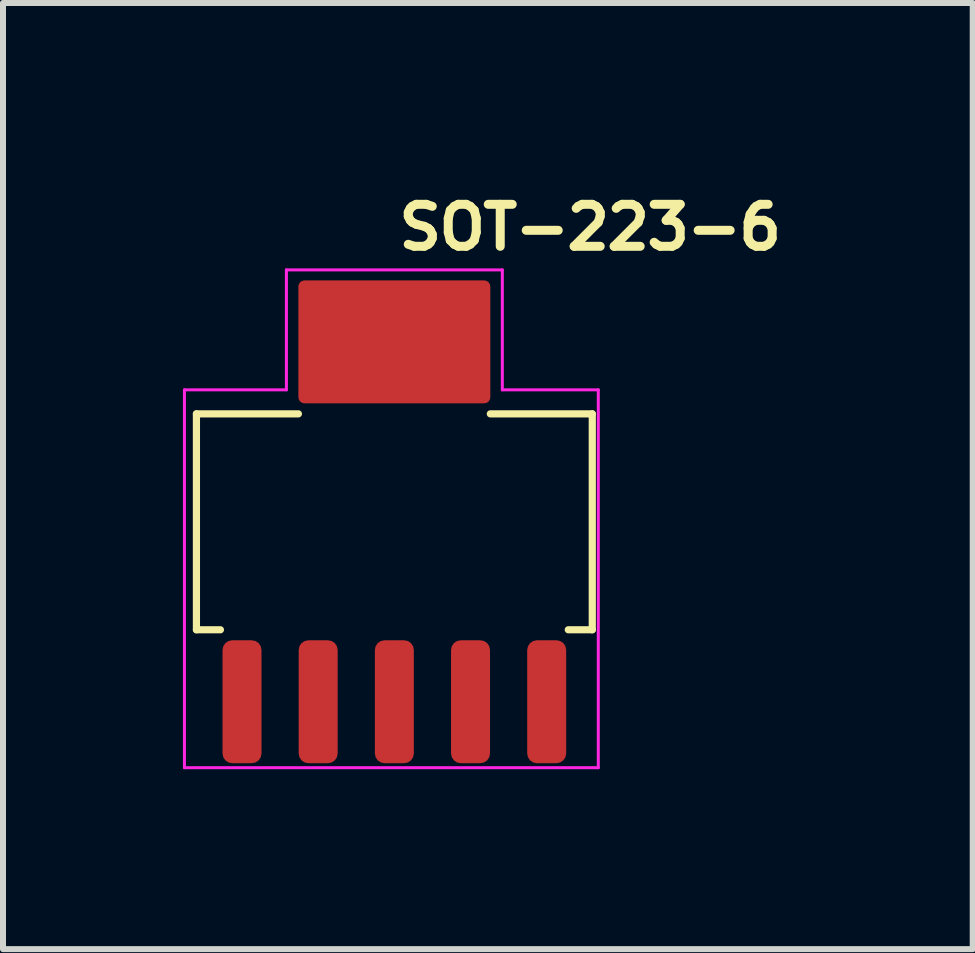
<source format=kicad_pcb>
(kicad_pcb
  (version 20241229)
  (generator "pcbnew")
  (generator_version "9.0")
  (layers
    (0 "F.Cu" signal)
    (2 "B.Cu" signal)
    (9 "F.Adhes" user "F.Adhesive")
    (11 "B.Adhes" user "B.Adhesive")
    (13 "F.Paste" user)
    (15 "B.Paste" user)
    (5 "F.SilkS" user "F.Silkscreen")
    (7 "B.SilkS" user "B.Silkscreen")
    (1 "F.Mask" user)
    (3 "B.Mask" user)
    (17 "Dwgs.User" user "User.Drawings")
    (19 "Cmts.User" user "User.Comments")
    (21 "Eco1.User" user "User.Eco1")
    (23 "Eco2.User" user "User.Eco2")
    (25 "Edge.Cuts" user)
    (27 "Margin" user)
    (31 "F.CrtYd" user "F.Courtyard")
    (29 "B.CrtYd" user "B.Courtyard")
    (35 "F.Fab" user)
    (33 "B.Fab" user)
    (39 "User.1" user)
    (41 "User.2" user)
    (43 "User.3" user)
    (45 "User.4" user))
  (footprint "SOT-223-6"
    (layer "F.Cu")
    (at 3.525 5.65)
    (property "Reference" "SOT-223-6" (at 0 -4.5 0) (layer "F.SilkS") (effects (font (size 0.7 0.7) (thickness 0.15)) (justify left bottom)))
    (attr smd)
    (fp_line (start -3.3 -1.8) (end -3.3 1.8) (stroke (width 0.12) (type default)) (layer "F.SilkS"))
    (fp_line (start -3.3 -1.8) (end -1.6 -1.8) (stroke (width 0.12) (type default)) (layer "F.SilkS"))
    (fp_line (start -3.3 1.8) (end -2.9 1.8) (stroke (width 0.12) (type default)) (layer "F.SilkS"))
    (fp_line (start 1.6 -1.8) (end 3.3 -1.8) (stroke (width 0.12) (type default)) (layer "F.SilkS"))
    (fp_line (start 3.3 -1.8) (end 3.3 1.8) (stroke (width 0.12) (type default)) (layer "F.SilkS"))
    (fp_line (start 3.3 1.8) (end 2.9 1.8) (stroke (width 0.12) (type default)) (layer "F.SilkS"))
    (fp_line (start -3.5 -2.2) (end -3.5 4.1) (stroke (width 0.05) (type solid)) (layer "F.CrtYd"))
    (fp_line (start -3.5 4.1) (end 3.4 4.1) (stroke (width 0.05) (type solid)) (layer "F.CrtYd"))
    (fp_line (start -1.8 -4.2) (end -1.8 -2.2) (stroke (width 0.05) (type solid)) (layer "F.CrtYd"))
    (fp_line (start -1.8 -2.2) (end -3.5 -2.2) (stroke (width 0.05) (type solid)) (layer "F.CrtYd"))
    (fp_line (start 1.8 -4.2) (end -1.8 -4.2) (stroke (width 0.05) (type solid)) (layer "F.CrtYd"))
    (fp_line (start 1.8 -2.2) (end 1.8 -4.2) (stroke (width 0.05) (type solid)) (layer "F.CrtYd"))
    (fp_line (start 3.4 -2.2) (end 1.8 -2.2) (stroke (width 0.05) (type solid)) (layer "F.CrtYd"))
    (fp_line (start 3.4 4.1) (end 3.4 -2.2) (stroke (width 0.05) (type solid)) (layer "F.CrtYd"))
    (fp_rect (start -3.25 -3.554) (end 3.25 3.554) (stroke (width 0.1) (type solid)) (fill no) (layer "User.5"))
    (fp_line (start -3.25 -1.75) (end -3.172 -1.672) (stroke (width 0.02) (type solid)) (layer "User.9"))
    (fp_line (start -3.25 -1.75) (end 3.25 -1.75) (stroke (width 0.02) (type solid)) (layer "User.9"))
    (fp_line (start -3.25 1.75) (end -3.25 -1.75) (stroke (width 0.02) (type solid)) (layer "User.9"))
    (fp_line (start -3.25 1.75) (end -3.172 1.672) (stroke (width 0.02) (type solid)) (layer "User.9"))
    (fp_line (start -3.25 1.75) (end 3.25 1.75) (stroke (width 0.02) (type solid)) (layer "User.9"))
    (fp_line (start -3.172 -1.672) (end -3.172 1.672) (stroke (width 0.02) (type solid)) (layer "User.9"))
    (fp_line (start -3.172 1.672) (end 3.172 1.672) (stroke (width 0.02) (type solid)) (layer "User.9"))
    (fp_line (start -2.77 1.75) (end -2.77 2.28) (stroke (width 0.02) (type solid)) (layer "User.9"))
    (fp_line (start -2.77 1.75) (end -2.31 1.75) (stroke (width 0.02) (type solid)) (layer "User.9"))
    (fp_line (start -2.77 2.28) (end -2.31 2.28) (stroke (width 0.02) (type solid)) (layer "User.9"))
    (fp_line (start -2.77 2.312) (end -2.77 2.28) (stroke (width 0.02) (type solid)) (layer "User.9"))
    (fp_line (start -2.77 2.344) (end -2.77 2.312) (stroke (width 0.02) (type solid)) (layer "User.9"))
    (fp_line (start -2.77 2.376) (end -2.77 2.344) (stroke (width 0.02) (type solid)) (layer "User.9"))
    (fp_line (start -2.77 2.407) (end -2.77 2.376) (stroke (width 0.02) (type solid)) (layer "User.9"))
    (fp_line (start -2.77 2.437) (end -2.77 2.407) (stroke (width 0.02) (type solid)) (layer "User.9"))
    (fp_line (start -2.77 2.466) (end -2.77 2.437) (stroke (width 0.02) (type solid)) (layer "User.9"))
    (fp_line (start -2.77 2.495) (end -2.77 2.466) (stroke (width 0.02) (type solid)) (layer "User.9"))
    (fp_line (start -2.77 2.522) (end -2.77 2.495) (stroke (width 0.02) (type solid)) (layer "User.9"))
    (fp_line (start -2.77 2.548) (end -2.77 2.522) (stroke (width 0.02) (type solid)) (layer "User.9"))
    (fp_line (start -2.77 2.572) (end -2.77 2.548) (stroke (width 0.02) (type solid)) (layer "User.9"))
    (fp_line (start -2.77 2.595) (end -2.77 2.572) (stroke (width 0.02) (type solid)) (layer "User.9"))
    (fp_line (start -2.77 2.616) (end -2.77 2.595) (stroke (width 0.02) (type solid)) (layer "User.9"))
    (fp_line (start -2.77 2.635) (end -2.77 2.616) (stroke (width 0.02) (type solid)) (layer "User.9"))
    (fp_line (start -2.77 2.652) (end -2.77 2.635) (stroke (width 0.02) (type solid)) (layer "User.9"))
    (fp_line (start -2.77 2.652) (end -2.31 2.652) (stroke (width 0.02) (type solid)) (layer "User.9"))
    (fp_line (start -2.77 2.733) (end -2.77 2.652) (stroke (width 0.02) (type solid)) (layer "User.9"))
    (fp_line (start -2.77 2.733) (end -2.31 2.733) (stroke (width 0.02) (type solid)) (layer "User.9"))
    (fp_line (start -2.77 2.738) (end -2.77 2.733) (stroke (width 0.02) (type solid)) (layer "User.9"))
    (fp_line (start -2.77 2.745) (end -2.77 2.738) (stroke (width 0.02) (type solid)) (layer "User.9"))
    (fp_line (start -2.77 2.751) (end -2.77 2.745) (stroke (width 0.02) (type solid)) (layer "User.9"))
    (fp_line (start -2.77 2.758) (end -2.77 2.751) (stroke (width 0.02) (type solid)) (layer "User.9"))
    (fp_line (start -2.77 2.766) (end -2.77 2.758) (stroke (width 0.02) (type solid)) (layer "User.9"))
    (fp_line (start -2.77 2.774) (end -2.77 2.766) (stroke (width 0.02) (type solid)) (layer "User.9"))
    (fp_line (start -2.77 2.782) (end -2.77 2.774) (stroke (width 0.02) (type solid)) (layer "User.9"))
    (fp_line (start -2.77 2.791) (end -2.77 2.782) (stroke (width 0.02) (type solid)) (layer "User.9"))
    (fp_line (start -2.77 2.8) (end -2.77 2.791) (stroke (width 0.02) (type solid)) (layer "User.9"))
    (fp_line (start -2.77 2.81) (end -2.77 2.8) (stroke (width 0.02) (type solid)) (layer "User.9"))
    (fp_line (start -2.77 2.82) (end -2.77 2.81) (stroke (width 0.02) (type solid)) (layer "User.9"))
    (fp_line (start -2.77 2.83) (end -2.77 2.82) (stroke (width 0.02) (type solid)) (layer "User.9"))
    (fp_line (start -2.77 2.84) (end -2.77 2.83) (stroke (width 0.02) (type solid)) (layer "User.9"))
    (fp_line (start -2.77 2.85) (end -2.77 2.84) (stroke (width 0.02) (type solid)) (layer "User.9"))
    (fp_line (start -2.77 2.85) (end -2.77 3.554) (stroke (width 0.02) (type solid)) (layer "User.9"))
    (fp_line (start -2.77 2.85) (end -2.31 2.85) (stroke (width 0.02) (type solid)) (layer "User.9"))
    (fp_line (start -2.77 3.554) (end -2.31 3.554) (stroke (width 0.02) (type solid)) (layer "User.9"))
    (fp_line (start -2.31 1.75) (end -2.31 2.28) (stroke (width 0.02) (type solid)) (layer "User.9"))
    (fp_line (start -2.31 2.312) (end -2.31 2.28) (stroke (width 0.02) (type solid)) (layer "User.9"))
    (fp_line (start -2.31 2.344) (end -2.31 2.312) (stroke (width 0.02) (type solid)) (layer "User.9"))
    (fp_line (start -2.31 2.376) (end -2.31 2.344) (stroke (width 0.02) (type solid)) (layer "User.9"))
    (fp_line (start -2.31 2.407) (end -2.31 2.376) (stroke (width 0.02) (type solid)) (layer "User.9"))
    (fp_line (start -2.31 2.437) (end -2.31 2.407) (stroke (width 0.02) (type solid)) (layer "User.9"))
    (fp_line (start -2.31 2.466) (end -2.31 2.437) (stroke (width 0.02) (type solid)) (layer "User.9"))
    (fp_line (start -2.31 2.495) (end -2.31 2.466) (stroke (width 0.02) (type solid)) (layer "User.9"))
    (fp_line (start -2.31 2.522) (end -2.31 2.495) (stroke (width 0.02) (type solid)) (layer "User.9"))
    (fp_line (start -2.31 2.548) (end -2.31 2.522) (stroke (width 0.02) (type solid)) (layer "User.9"))
    (fp_line (start -2.31 2.572) (end -2.31 2.548) (stroke (width 0.02) (type solid)) (layer "User.9"))
    (fp_line (start -2.31 2.595) (end -2.31 2.572) (stroke (width 0.02) (type solid)) (layer "User.9"))
    (fp_line (start -2.31 2.616) (end -2.31 2.595) (stroke (width 0.02) (type solid)) (layer "User.9"))
    (fp_line (start -2.31 2.635) (end -2.31 2.616) (stroke (width 0.02) (type solid)) (layer "User.9"))
    (fp_line (start -2.31 2.652) (end -2.31 2.635) (stroke (width 0.02) (type solid)) (layer "User.9"))
    (fp_line (start -2.31 2.652) (end -2.31 2.733) (stroke (width 0.02) (type solid)) (layer "User.9"))
    (fp_line (start -2.31 2.738) (end -2.31 2.733) (stroke (width 0.02) (type solid)) (layer "User.9"))
    (fp_line (start -2.31 2.745) (end -2.31 2.738) (stroke (width 0.02) (type solid)) (layer "User.9"))
    (fp_line (start -2.31 2.751) (end -2.31 2.745) (stroke (width 0.02) (type solid)) (layer "User.9"))
    (fp_line (start -2.31 2.758) (end -2.31 2.751) (stroke (width 0.02) (type solid)) (layer "User.9"))
    (fp_line (start -2.31 2.766) (end -2.31 2.758) (stroke (width 0.02) (type solid)) (layer "User.9"))
    (fp_line (start -2.31 2.774) (end -2.31 2.766) (stroke (width 0.02) (type solid)) (layer "User.9"))
    (fp_line (start -2.31 2.782) (end -2.31 2.774) (stroke (width 0.02) (type solid)) (layer "User.9"))
    (fp_line (start -2.31 2.791) (end -2.31 2.782) (stroke (width 0.02) (type solid)) (layer "User.9"))
    (fp_line (start -2.31 2.8) (end -2.31 2.791) (stroke (width 0.02) (type solid)) (layer "User.9"))
    (fp_line (start -2.31 2.81) (end -2.31 2.8) (stroke (width 0.02) (type solid)) (layer "User.9"))
    (fp_line (start -2.31 2.82) (end -2.31 2.81) (stroke (width 0.02) (type solid)) (layer "User.9"))
    (fp_line (start -2.31 2.83) (end -2.31 2.82) (stroke (width 0.02) (type solid)) (layer "User.9"))
    (fp_line (start -2.31 2.84) (end -2.31 2.83) (stroke (width 0.02) (type solid)) (layer "User.9"))
    (fp_line (start -2.31 2.85) (end -2.31 2.84) (stroke (width 0.02) (type solid)) (layer "User.9"))
    (fp_line (start -2.31 2.85) (end -2.31 3.554) (stroke (width 0.02) (type solid)) (layer "User.9"))
    (fp_line (start -1.5 -2.85) (end -1.5 -3.554) (stroke (width 0.02) (type solid)) (layer "User.9"))
    (fp_line (start -1.5 -2.85) (end -1.5 -2.84) (stroke (width 0.02) (type solid)) (layer "User.9"))
    (fp_line (start -1.5 -2.84) (end -1.5 -2.83) (stroke (width 0.02) (type solid)) (layer "User.9"))
    (fp_line (start -1.5 -2.83) (end -1.5 -2.82) (stroke (width 0.02) (type solid)) (layer "User.9"))
    (fp_line (start -1.5 -2.82) (end -1.5 -2.81) (stroke (width 0.02) (type solid)) (layer "User.9"))
    (fp_line (start -1.5 -2.81) (end -1.5 -2.8) (stroke (width 0.02) (type solid)) (layer "User.9"))
    (fp_line (start -1.5 -2.8) (end -1.5 -2.791) (stroke (width 0.02) (type solid)) (layer "User.9"))
    (fp_line (start -1.5 -2.791) (end -1.5 -2.782) (stroke (width 0.02) (type solid)) (layer "User.9"))
    (fp_line (start -1.5 -2.782) (end -1.5 -2.774) (stroke (width 0.02) (type solid)) (layer "User.9"))
    (fp_line (start -1.5 -2.774) (end -1.5 -2.766) (stroke (width 0.02) (type solid)) (layer "User.9"))
    (fp_line (start -1.5 -2.766) (end -1.5 -2.758) (stroke (width 0.02) (type solid)) (layer "User.9"))
    (fp_line (start -1.5 -2.758) (end -1.5 -2.751) (stroke (width 0.02) (type solid)) (layer "User.9"))
    (fp_line (start -1.5 -2.751) (end -1.5 -2.745) (stroke (width 0.02) (type solid)) (layer "User.9"))
    (fp_line (start -1.5 -2.745) (end -1.5 -2.738) (stroke (width 0.02) (type solid)) (layer "User.9"))
    (fp_line (start -1.5 -2.738) (end -1.5 -2.733) (stroke (width 0.02) (type solid)) (layer "User.9"))
    (fp_line (start -1.5 -2.652) (end -1.5 -2.733) (stroke (width 0.02) (type solid)) (layer "User.9"))
    (fp_line (start -1.5 -2.652) (end -1.5 -2.635) (stroke (width 0.02) (type solid)) (layer "User.9"))
    (fp_line (start -1.5 -2.635) (end -1.5 -2.616) (stroke (width 0.02) (type solid)) (layer "User.9"))
    (fp_line (start -1.5 -2.616) (end -1.5 -2.595) (stroke (width 0.02) (type solid)) (layer "User.9"))
    (fp_line (start -1.5 -2.595) (end -1.5 -2.572) (stroke (width 0.02) (type solid)) (layer "User.9"))
    (fp_line (start -1.5 -2.572) (end -1.5 -2.548) (stroke (width 0.02) (type solid)) (layer "User.9"))
    (fp_line (start -1.5 -2.548) (end -1.5 -2.522) (stroke (width 0.02) (type solid)) (layer "User.9"))
    (fp_line (start -1.5 -2.522) (end -1.5 -2.495) (stroke (width 0.02) (type solid)) (layer "User.9"))
    (fp_line (start -1.5 -2.495) (end -1.5 -2.466) (stroke (width 0.02) (type solid)) (layer "User.9"))
    (fp_line (start -1.5 -2.466) (end -1.5 -2.437) (stroke (width 0.02) (type solid)) (layer "User.9"))
    (fp_line (start -1.5 -2.437) (end -1.5 -2.407) (stroke (width 0.02) (type solid)) (layer "User.9"))
    (fp_line (start -1.5 -2.407) (end -1.5 -2.376) (stroke (width 0.02) (type solid)) (layer "User.9"))
    (fp_line (start -1.5 -2.376) (end -1.5 -2.344) (stroke (width 0.02) (type solid)) (layer "User.9"))
    (fp_line (start -1.5 -2.344) (end -1.5 -2.312) (stroke (width 0.02) (type solid)) (layer "User.9"))
    (fp_line (start -1.5 -2.312) (end -1.5 -2.28) (stroke (width 0.02) (type solid)) (layer "User.9"))
    (fp_line (start -1.5 -1.75) (end -1.5 -2.28) (stroke (width 0.02) (type solid)) (layer "User.9"))
    (fp_line (start -1.5 1.75) (end -1.5 2.28) (stroke (width 0.02) (type solid)) (layer "User.9"))
    (fp_line (start -1.5 1.75) (end -1.04 1.75) (stroke (width 0.02) (type solid)) (layer "User.9"))
    (fp_line (start -1.5 2.28) (end -1.04 2.28) (stroke (width 0.02) (type solid)) (layer "User.9"))
    (fp_line (start -1.5 2.312) (end -1.5 2.28) (stroke (width 0.02) (type solid)) (layer "User.9"))
    (fp_line (start -1.5 2.344) (end -1.5 2.312) (stroke (width 0.02) (type solid)) (layer "User.9"))
    (fp_line (start -1.5 2.376) (end -1.5 2.344) (stroke (width 0.02) (type solid)) (layer "User.9"))
    (fp_line (start -1.5 2.407) (end -1.5 2.376) (stroke (width 0.02) (type solid)) (layer "User.9"))
    (fp_line (start -1.5 2.437) (end -1.5 2.407) (stroke (width 0.02) (type solid)) (layer "User.9"))
    (fp_line (start -1.5 2.466) (end -1.5 2.437) (stroke (width 0.02) (type solid)) (layer "User.9"))
    (fp_line (start -1.5 2.495) (end -1.5 2.466) (stroke (width 0.02) (type solid)) (layer "User.9"))
    (fp_line (start -1.5 2.522) (end -1.5 2.495) (stroke (width 0.02) (type solid)) (layer "User.9"))
    (fp_line (start -1.5 2.548) (end -1.5 2.522) (stroke (width 0.02) (type solid)) (layer "User.9"))
    (fp_line (start -1.5 2.572) (end -1.5 2.548) (stroke (width 0.02) (type solid)) (layer "User.9"))
    (fp_line (start -1.5 2.595) (end -1.5 2.572) (stroke (width 0.02) (type solid)) (layer "User.9"))
    (fp_line (start -1.5 2.616) (end -1.5 2.595) (stroke (width 0.02) (type solid)) (layer "User.9"))
    (fp_line (start -1.5 2.635) (end -1.5 2.616) (stroke (width 0.02) (type solid)) (layer "User.9"))
    (fp_line (start -1.5 2.652) (end -1.5 2.635) (stroke (width 0.02) (type solid)) (layer "User.9"))
    (fp_line (start -1.5 2.652) (end -1.04 2.652) (stroke (width 0.02) (type solid)) (layer "User.9"))
    (fp_line (start -1.5 2.733) (end -1.5 2.652) (stroke (width 0.02) (type solid)) (layer "User.9"))
    (fp_line (start -1.5 2.733) (end -1.04 2.733) (stroke (width 0.02) (type solid)) (layer "User.9"))
    (fp_line (start -1.5 2.738) (end -1.5 2.733) (stroke (width 0.02) (type solid)) (layer "User.9"))
    (fp_line (start -1.5 2.745) (end -1.5 2.738) (stroke (width 0.02) (type solid)) (layer "User.9"))
    (fp_line (start -1.5 2.751) (end -1.5 2.745) (stroke (width 0.02) (type solid)) (layer "User.9"))
    (fp_line (start -1.5 2.758) (end -1.5 2.751) (stroke (width 0.02) (type solid)) (layer "User.9"))
    (fp_line (start -1.5 2.766) (end -1.5 2.758) (stroke (width 0.02) (type solid)) (layer "User.9"))
    (fp_line (start -1.5 2.774) (end -1.5 2.766) (stroke (width 0.02) (type solid)) (layer "User.9"))
    (fp_line (start -1.5 2.782) (end -1.5 2.774) (stroke (width 0.02) (type solid)) (layer "User.9"))
    (fp_line (start -1.5 2.791) (end -1.5 2.782) (stroke (width 0.02) (type solid)) (layer "User.9"))
    (fp_line (start -1.5 2.8) (end -1.5 2.791) (stroke (width 0.02) (type solid)) (layer "User.9"))
    (fp_line (start -1.5 2.81) (end -1.5 2.8) (stroke (width 0.02) (type solid)) (layer "User.9"))
    (fp_line (start -1.5 2.82) (end -1.5 2.81) (stroke (width 0.02) (type solid)) (layer "User.9"))
    (fp_line (start -1.5 2.83) (end -1.5 2.82) (stroke (width 0.02) (type solid)) (layer "User.9"))
    (fp_line (start -1.5 2.84) (end -1.5 2.83) (stroke (width 0.02) (type solid)) (layer "User.9"))
    (fp_line (start -1.5 2.85) (end -1.5 2.84) (stroke (width 0.02) (type solid)) (layer "User.9"))
    (fp_line (start -1.5 2.85) (end -1.5 3.554) (stroke (width 0.02) (type solid)) (layer "User.9"))
    (fp_line (start -1.5 2.85) (end -1.04 2.85) (stroke (width 0.02) (type solid)) (layer "User.9"))
    (fp_line (start -1.5 3.554) (end -1.04 3.554) (stroke (width 0.02) (type solid)) (layer "User.9"))
    (fp_line (start -1.04 1.75) (end -1.04 2.28) (stroke (width 0.02) (type solid)) (layer "User.9"))
    (fp_line (start -1.04 2.312) (end -1.04 2.28) (stroke (width 0.02) (type solid)) (layer "User.9"))
    (fp_line (start -1.04 2.344) (end -1.04 2.312) (stroke (width 0.02) (type solid)) (layer "User.9"))
    (fp_line (start -1.04 2.376) (end -1.04 2.344) (stroke (width 0.02) (type solid)) (layer "User.9"))
    (fp_line (start -1.04 2.407) (end -1.04 2.376) (stroke (width 0.02) (type solid)) (layer "User.9"))
    (fp_line (start -1.04 2.437) (end -1.04 2.407) (stroke (width 0.02) (type solid)) (layer "User.9"))
    (fp_line (start -1.04 2.466) (end -1.04 2.437) (stroke (width 0.02) (type solid)) (layer "User.9"))
    (fp_line (start -1.04 2.495) (end -1.04 2.466) (stroke (width 0.02) (type solid)) (layer "User.9"))
    (fp_line (start -1.04 2.522) (end -1.04 2.495) (stroke (width 0.02) (type solid)) (layer "User.9"))
    (fp_line (start -1.04 2.548) (end -1.04 2.522) (stroke (width 0.02) (type solid)) (layer "User.9"))
    (fp_line (start -1.04 2.572) (end -1.04 2.548) (stroke (width 0.02) (type solid)) (layer "User.9"))
    (fp_line (start -1.04 2.595) (end -1.04 2.572) (stroke (width 0.02) (type solid)) (layer "User.9"))
    (fp_line (start -1.04 2.616) (end -1.04 2.595) (stroke (width 0.02) (type solid)) (layer "User.9"))
    (fp_line (start -1.04 2.635) (end -1.04 2.616) (stroke (width 0.02) (type solid)) (layer "User.9"))
    (fp_line (start -1.04 2.652) (end -1.04 2.635) (stroke (width 0.02) (type solid)) (layer "User.9"))
    (fp_line (start -1.04 2.652) (end -1.04 2.733) (stroke (width 0.02) (type solid)) (layer "User.9"))
    (fp_line (start -1.04 2.738) (end -1.04 2.733) (stroke (width 0.02) (type solid)) (layer "User.9"))
    (fp_line (start -1.04 2.745) (end -1.04 2.738) (stroke (width 0.02) (type solid)) (layer "User.9"))
    (fp_line (start -1.04 2.751) (end -1.04 2.745) (stroke (width 0.02) (type solid)) (layer "User.9"))
    (fp_line (start -1.04 2.758) (end -1.04 2.751) (stroke (width 0.02) (type solid)) (layer "User.9"))
    (fp_line (start -1.04 2.766) (end -1.04 2.758) (stroke (width 0.02) (type solid)) (layer "User.9"))
    (fp_line (start -1.04 2.774) (end -1.04 2.766) (stroke (width 0.02) (type solid)) (layer "User.9"))
    (fp_line (start -1.04 2.782) (end -1.04 2.774) (stroke (width 0.02) (type solid)) (layer "User.9"))
    (fp_line (start -1.04 2.791) (end -1.04 2.782) (stroke (width 0.02) (type solid)) (layer "User.9"))
    (fp_line (start -1.04 2.8) (end -1.04 2.791) (stroke (width 0.02) (type solid)) (layer "User.9"))
    (fp_line (start -1.04 2.81) (end -1.04 2.8) (stroke (width 0.02) (type solid)) (layer "User.9"))
    (fp_line (start -1.04 2.82) (end -1.04 2.81) (stroke (width 0.02) (type solid)) (layer "User.9"))
    (fp_line (start -1.04 2.83) (end -1.04 2.82) (stroke (width 0.02) (type solid)) (layer "User.9"))
    (fp_line (start -1.04 2.84) (end -1.04 2.83) (stroke (width 0.02) (type solid)) (layer "User.9"))
    (fp_line (start -1.04 2.85) (end -1.04 2.84) (stroke (width 0.02) (type solid)) (layer "User.9"))
    (fp_line (start -1.04 2.85) (end -1.04 3.554) (stroke (width 0.02) (type solid)) (layer "User.9"))
    (fp_line (start -0.23 1.75) (end -0.23 2.28) (stroke (width 0.02) (type solid)) (layer "User.9"))
    (fp_line (start -0.23 1.75) (end 0.23 1.75) (stroke (width 0.02) (type solid)) (layer "User.9"))
    (fp_line (start -0.23 2.28) (end 0.23 2.28) (stroke (width 0.02) (type solid)) (layer "User.9"))
    (fp_line (start -0.23 2.312) (end -0.23 2.28) (stroke (width 0.02) (type solid)) (layer "User.9"))
    (fp_line (start -0.23 2.344) (end -0.23 2.312) (stroke (width 0.02) (type solid)) (layer "User.9"))
    (fp_line (start -0.23 2.376) (end -0.23 2.344) (stroke (width 0.02) (type solid)) (layer "User.9"))
    (fp_line (start -0.23 2.407) (end -0.23 2.376) (stroke (width 0.02) (type solid)) (layer "User.9"))
    (fp_line (start -0.23 2.437) (end -0.23 2.407) (stroke (width 0.02) (type solid)) (layer "User.9"))
    (fp_line (start -0.23 2.466) (end -0.23 2.437) (stroke (width 0.02) (type solid)) (layer "User.9"))
    (fp_line (start -0.23 2.495) (end -0.23 2.466) (stroke (width 0.02) (type solid)) (layer "User.9"))
    (fp_line (start -0.23 2.522) (end -0.23 2.495) (stroke (width 0.02) (type solid)) (layer "User.9"))
    (fp_line (start -0.23 2.548) (end -0.23 2.522) (stroke (width 0.02) (type solid)) (layer "User.9"))
    (fp_line (start -0.23 2.572) (end -0.23 2.548) (stroke (width 0.02) (type solid)) (layer "User.9"))
    (fp_line (start -0.23 2.595) (end -0.23 2.572) (stroke (width 0.02) (type solid)) (layer "User.9"))
    (fp_line (start -0.23 2.616) (end -0.23 2.595) (stroke (width 0.02) (type solid)) (layer "User.9"))
    (fp_line (start -0.23 2.635) (end -0.23 2.616) (stroke (width 0.02) (type solid)) (layer "User.9"))
    (fp_line (start -0.23 2.652) (end -0.23 2.635) (stroke (width 0.02) (type solid)) (layer "User.9"))
    (fp_line (start -0.23 2.652) (end 0.23 2.652) (stroke (width 0.02) (type solid)) (layer "User.9"))
    (fp_line (start -0.23 2.733) (end -0.23 2.652) (stroke (width 0.02) (type solid)) (layer "User.9"))
    (fp_line (start -0.23 2.733) (end 0.23 2.733) (stroke (width 0.02) (type solid)) (layer "User.9"))
    (fp_line (start -0.23 2.738) (end -0.23 2.733) (stroke (width 0.02) (type solid)) (layer "User.9"))
    (fp_line (start -0.23 2.745) (end -0.23 2.738) (stroke (width 0.02) (type solid)) (layer "User.9"))
    (fp_line (start -0.23 2.751) (end -0.23 2.745) (stroke (width 0.02) (type solid)) (layer "User.9"))
    (fp_line (start -0.23 2.758) (end -0.23 2.751) (stroke (width 0.02) (type solid)) (layer "User.9"))
    (fp_line (start -0.23 2.766) (end -0.23 2.758) (stroke (width 0.02) (type solid)) (layer "User.9"))
    (fp_line (start -0.23 2.774) (end -0.23 2.766) (stroke (width 0.02) (type solid)) (layer "User.9"))
    (fp_line (start -0.23 2.782) (end -0.23 2.774) (stroke (width 0.02) (type solid)) (layer "User.9"))
    (fp_line (start -0.23 2.791) (end -0.23 2.782) (stroke (width 0.02) (type solid)) (layer "User.9"))
    (fp_line (start -0.23 2.8) (end -0.23 2.791) (stroke (width 0.02) (type solid)) (layer "User.9"))
    (fp_line (start -0.23 2.81) (end -0.23 2.8) (stroke (width 0.02) (type solid)) (layer "User.9"))
    (fp_line (start -0.23 2.82) (end -0.23 2.81) (stroke (width 0.02) (type solid)) (layer "User.9"))
    (fp_line (start -0.23 2.83) (end -0.23 2.82) (stroke (width 0.02) (type solid)) (layer "User.9"))
    (fp_line (start -0.23 2.84) (end -0.23 2.83) (stroke (width 0.02) (type solid)) (layer "User.9"))
    (fp_line (start -0.23 2.85) (end -0.23 2.84) (stroke (width 0.02) (type solid)) (layer "User.9"))
    (fp_line (start -0.23 2.85) (end -0.23 3.554) (stroke (width 0.02) (type solid)) (layer "User.9"))
    (fp_line (start -0.23 2.85) (end 0.23 2.85) (stroke (width 0.02) (type solid)) (layer "User.9"))
    (fp_line (start -0.23 3.554) (end 0.23 3.554) (stroke (width 0.02) (type solid)) (layer "User.9"))
    (fp_line (start 0.23 1.75) (end 0.23 2.28) (stroke (width 0.02) (type solid)) (layer "User.9"))
    (fp_line (start 0.23 2.312) (end 0.23 2.28) (stroke (width 0.02) (type solid)) (layer "User.9"))
    (fp_line (start 0.23 2.344) (end 0.23 2.312) (stroke (width 0.02) (type solid)) (layer "User.9"))
    (fp_line (start 0.23 2.376) (end 0.23 2.344) (stroke (width 0.02) (type solid)) (layer "User.9"))
    (fp_line (start 0.23 2.407) (end 0.23 2.376) (stroke (width 0.02) (type solid)) (layer "User.9"))
    (fp_line (start 0.23 2.437) (end 0.23 2.407) (stroke (width 0.02) (type solid)) (layer "User.9"))
    (fp_line (start 0.23 2.466) (end 0.23 2.437) (stroke (width 0.02) (type solid)) (layer "User.9"))
    (fp_line (start 0.23 2.495) (end 0.23 2.466) (stroke (width 0.02) (type solid)) (layer "User.9"))
    (fp_line (start 0.23 2.522) (end 0.23 2.495) (stroke (width 0.02) (type solid)) (layer "User.9"))
    (fp_line (start 0.23 2.548) (end 0.23 2.522) (stroke (width 0.02) (type solid)) (layer "User.9"))
    (fp_line (start 0.23 2.572) (end 0.23 2.548) (stroke (width 0.02) (type solid)) (layer "User.9"))
    (fp_line (start 0.23 2.595) (end 0.23 2.572) (stroke (width 0.02) (type solid)) (layer "User.9"))
    (fp_line (start 0.23 2.616) (end 0.23 2.595) (stroke (width 0.02) (type solid)) (layer "User.9"))
    (fp_line (start 0.23 2.635) (end 0.23 2.616) (stroke (width 0.02) (type solid)) (layer "User.9"))
    (fp_line (start 0.23 2.652) (end 0.23 2.635) (stroke (width 0.02) (type solid)) (layer "User.9"))
    (fp_line (start 0.23 2.652) (end 0.23 2.733) (stroke (width 0.02) (type solid)) (layer "User.9"))
    (fp_line (start 0.23 2.738) (end 0.23 2.733) (stroke (width 0.02) (type solid)) (layer "User.9"))
    (fp_line (start 0.23 2.745) (end 0.23 2.738) (stroke (width 0.02) (type solid)) (layer "User.9"))
    (fp_line (start 0.23 2.751) (end 0.23 2.745) (stroke (width 0.02) (type solid)) (layer "User.9"))
    (fp_line (start 0.23 2.758) (end 0.23 2.751) (stroke (width 0.02) (type solid)) (layer "User.9"))
    (fp_line (start 0.23 2.766) (end 0.23 2.758) (stroke (width 0.02) (type solid)) (layer "User.9"))
    (fp_line (start 0.23 2.774) (end 0.23 2.766) (stroke (width 0.02) (type solid)) (layer "User.9"))
    (fp_line (start 0.23 2.782) (end 0.23 2.774) (stroke (width 0.02) (type solid)) (layer "User.9"))
    (fp_line (start 0.23 2.791) (end 0.23 2.782) (stroke (width 0.02) (type solid)) (layer "User.9"))
    (fp_line (start 0.23 2.8) (end 0.23 2.791) (stroke (width 0.02) (type solid)) (layer "User.9"))
    (fp_line (start 0.23 2.81) (end 0.23 2.8) (stroke (width 0.02) (type solid)) (layer "User.9"))
    (fp_line (start 0.23 2.82) (end 0.23 2.81) (stroke (width 0.02) (type solid)) (layer "User.9"))
    (fp_line (start 0.23 2.83) (end 0.23 2.82) (stroke (width 0.02) (type solid)) (layer "User.9"))
    (fp_line (start 0.23 2.84) (end 0.23 2.83) (stroke (width 0.02) (type solid)) (layer "User.9"))
    (fp_line (start 0.23 2.85) (end 0.23 2.84) (stroke (width 0.02) (type solid)) (layer "User.9"))
    (fp_line (start 0.23 2.85) (end 0.23 3.554) (stroke (width 0.02) (type solid)) (layer "User.9"))
    (fp_line (start 1.04 1.75) (end 1.04 2.28) (stroke (width 0.02) (type solid)) (layer "User.9"))
    (fp_line (start 1.04 1.75) (end 1.5 1.75) (stroke (width 0.02) (type solid)) (layer "User.9"))
    (fp_line (start 1.04 2.28) (end 1.5 2.28) (stroke (width 0.02) (type solid)) (layer "User.9"))
    (fp_line (start 1.04 2.312) (end 1.04 2.28) (stroke (width 0.02) (type solid)) (layer "User.9"))
    (fp_line (start 1.04 2.344) (end 1.04 2.312) (stroke (width 0.02) (type solid)) (layer "User.9"))
    (fp_line (start 1.04 2.376) (end 1.04 2.344) (stroke (width 0.02) (type solid)) (layer "User.9"))
    (fp_line (start 1.04 2.407) (end 1.04 2.376) (stroke (width 0.02) (type solid)) (layer "User.9"))
    (fp_line (start 1.04 2.437) (end 1.04 2.407) (stroke (width 0.02) (type solid)) (layer "User.9"))
    (fp_line (start 1.04 2.466) (end 1.04 2.437) (stroke (width 0.02) (type solid)) (layer "User.9"))
    (fp_line (start 1.04 2.495) (end 1.04 2.466) (stroke (width 0.02) (type solid)) (layer "User.9"))
    (fp_line (start 1.04 2.522) (end 1.04 2.495) (stroke (width 0.02) (type solid)) (layer "User.9"))
    (fp_line (start 1.04 2.548) (end 1.04 2.522) (stroke (width 0.02) (type solid)) (layer "User.9"))
    (fp_line (start 1.04 2.572) (end 1.04 2.548) (stroke (width 0.02) (type solid)) (layer "User.9"))
    (fp_line (start 1.04 2.595) (end 1.04 2.572) (stroke (width 0.02) (type solid)) (layer "User.9"))
    (fp_line (start 1.04 2.616) (end 1.04 2.595) (stroke (width 0.02) (type solid)) (layer "User.9"))
    (fp_line (start 1.04 2.635) (end 1.04 2.616) (stroke (width 0.02) (type solid)) (layer "User.9"))
    (fp_line (start 1.04 2.652) (end 1.04 2.635) (stroke (width 0.02) (type solid)) (layer "User.9"))
    (fp_line (start 1.04 2.652) (end 1.5 2.652) (stroke (width 0.02) (type solid)) (layer "User.9"))
    (fp_line (start 1.04 2.733) (end 1.04 2.652) (stroke (width 0.02) (type solid)) (layer "User.9"))
    (fp_line (start 1.04 2.733) (end 1.5 2.733) (stroke (width 0.02) (type solid)) (layer "User.9"))
    (fp_line (start 1.04 2.738) (end 1.04 2.733) (stroke (width 0.02) (type solid)) (layer "User.9"))
    (fp_line (start 1.04 2.745) (end 1.04 2.738) (stroke (width 0.02) (type solid)) (layer "User.9"))
    (fp_line (start 1.04 2.751) (end 1.04 2.745) (stroke (width 0.02) (type solid)) (layer "User.9"))
    (fp_line (start 1.04 2.758) (end 1.04 2.751) (stroke (width 0.02) (type solid)) (layer "User.9"))
    (fp_line (start 1.04 2.766) (end 1.04 2.758) (stroke (width 0.02) (type solid)) (layer "User.9"))
    (fp_line (start 1.04 2.774) (end 1.04 2.766) (stroke (width 0.02) (type solid)) (layer "User.9"))
    (fp_line (start 1.04 2.782) (end 1.04 2.774) (stroke (width 0.02) (type solid)) (layer "User.9"))
    (fp_line (start 1.04 2.791) (end 1.04 2.782) (stroke (width 0.02) (type solid)) (layer "User.9"))
    (fp_line (start 1.04 2.8) (end 1.04 2.791) (stroke (width 0.02) (type solid)) (layer "User.9"))
    (fp_line (start 1.04 2.81) (end 1.04 2.8) (stroke (width 0.02) (type solid)) (layer "User.9"))
    (fp_line (start 1.04 2.82) (end 1.04 2.81) (stroke (width 0.02) (type solid)) (layer "User.9"))
    (fp_line (start 1.04 2.83) (end 1.04 2.82) (stroke (width 0.02) (type solid)) (layer "User.9"))
    (fp_line (start 1.04 2.84) (end 1.04 2.83) (stroke (width 0.02) (type solid)) (layer "User.9"))
    (fp_line (start 1.04 2.85) (end 1.04 2.84) (stroke (width 0.02) (type solid)) (layer "User.9"))
    (fp_line (start 1.04 2.85) (end 1.04 3.554) (stroke (width 0.02) (type solid)) (layer "User.9"))
    (fp_line (start 1.04 2.85) (end 1.5 2.85) (stroke (width 0.02) (type solid)) (layer "User.9"))
    (fp_line (start 1.04 3.554) (end 1.5 3.554) (stroke (width 0.02) (type solid)) (layer "User.9"))
    (fp_line (start 1.5 -3.554) (end -1.5 -3.554) (stroke (width 0.02) (type solid)) (layer "User.9"))
    (fp_line (start 1.5 -2.85) (end -1.5 -2.85) (stroke (width 0.02) (type solid)) (layer "User.9"))
    (fp_line (start 1.5 -2.85) (end 1.5 -3.554) (stroke (width 0.02) (type solid)) (layer "User.9"))
    (fp_line (start 1.5 -2.85) (end 1.5 -2.84) (stroke (width 0.02) (type solid)) (layer "User.9"))
    (fp_line (start 1.5 -2.84) (end 1.5 -2.83) (stroke (width 0.02) (type solid)) (layer "User.9"))
    (fp_line (start 1.5 -2.83) (end 1.5 -2.82) (stroke (width 0.02) (type solid)) (layer "User.9"))
    (fp_line (start 1.5 -2.82) (end 1.5 -2.81) (stroke (width 0.02) (type solid)) (layer "User.9"))
    (fp_line (start 1.5 -2.81) (end 1.5 -2.8) (stroke (width 0.02) (type solid)) (layer "User.9"))
    (fp_line (start 1.5 -2.8) (end 1.5 -2.791) (stroke (width 0.02) (type solid)) (layer "User.9"))
    (fp_line (start 1.5 -2.791) (end 1.5 -2.782) (stroke (width 0.02) (type solid)) (layer "User.9"))
    (fp_line (start 1.5 -2.782) (end 1.5 -2.774) (stroke (width 0.02) (type solid)) (layer "User.9"))
    (fp_line (start 1.5 -2.774) (end 1.5 -2.766) (stroke (width 0.02) (type solid)) (layer "User.9"))
    (fp_line (start 1.5 -2.766) (end 1.5 -2.758) (stroke (width 0.02) (type solid)) (layer "User.9"))
    (fp_line (start 1.5 -2.758) (end 1.5 -2.751) (stroke (width 0.02) (type solid)) (layer "User.9"))
    (fp_line (start 1.5 -2.751) (end 1.5 -2.745) (stroke (width 0.02) (type solid)) (layer "User.9"))
    (fp_line (start 1.5 -2.745) (end 1.5 -2.738) (stroke (width 0.02) (type solid)) (layer "User.9"))
    (fp_line (start 1.5 -2.738) (end 1.5 -2.733) (stroke (width 0.02) (type solid)) (layer "User.9"))
    (fp_line (start 1.5 -2.733) (end -1.5 -2.733) (stroke (width 0.02) (type solid)) (layer "User.9"))
    (fp_line (start 1.5 -2.733) (end 1.5 -2.652) (stroke (width 0.02) (type solid)) (layer "User.9"))
    (fp_line (start 1.5 -2.652) (end -1.5 -2.652) (stroke (width 0.02) (type solid)) (layer "User.9"))
    (fp_line (start 1.5 -2.652) (end 1.5 -2.635) (stroke (width 0.02) (type solid)) (layer "User.9"))
    (fp_line (start 1.5 -2.635) (end 1.5 -2.616) (stroke (width 0.02) (type solid)) (layer "User.9"))
    (fp_line (start 1.5 -2.616) (end 1.5 -2.595) (stroke (width 0.02) (type solid)) (layer "User.9"))
    (fp_line (start 1.5 -2.595) (end 1.5 -2.572) (stroke (width 0.02) (type solid)) (layer "User.9"))
    (fp_line (start 1.5 -2.572) (end 1.5 -2.548) (stroke (width 0.02) (type solid)) (layer "User.9"))
    (fp_line (start 1.5 -2.548) (end 1.5 -2.522) (stroke (width 0.02) (type solid)) (layer "User.9"))
    (fp_line (start 1.5 -2.522) (end 1.5 -2.495) (stroke (width 0.02) (type solid)) (layer "User.9"))
    (fp_line (start 1.5 -2.495) (end 1.5 -2.466) (stroke (width 0.02) (type solid)) (layer "User.9"))
    (fp_line (start 1.5 -2.466) (end 1.5 -2.437) (stroke (width 0.02) (type solid)) (layer "User.9"))
    (fp_line (start 1.5 -2.437) (end 1.5 -2.407) (stroke (width 0.02) (type solid)) (layer "User.9"))
    (fp_line (start 1.5 -2.407) (end 1.5 -2.376) (stroke (width 0.02) (type solid)) (layer "User.9"))
    (fp_line (start 1.5 -2.376) (end 1.5 -2.344) (stroke (width 0.02) (type solid)) (layer "User.9"))
    (fp_line (start 1.5 -2.344) (end 1.5 -2.312) (stroke (width 0.02) (type solid)) (layer "User.9"))
    (fp_line (start 1.5 -2.312) (end 1.5 -2.28) (stroke (width 0.02) (type solid)) (layer "User.9"))
    (fp_line (start 1.5 -2.28) (end -1.5 -2.28) (stroke (width 0.02) (type solid)) (layer "User.9"))
    (fp_line (start 1.5 -1.75) (end -1.5 -1.75) (stroke (width 0.02) (type solid)) (layer "User.9"))
    (fp_line (start 1.5 -1.75) (end 1.5 -2.28) (stroke (width 0.02) (type solid)) (layer "User.9"))
    (fp_line (start 1.5 1.75) (end 1.5 2.28) (stroke (width 0.02) (type solid)) (layer "User.9"))
    (fp_line (start 1.5 2.312) (end 1.5 2.28) (stroke (width 0.02) (type solid)) (layer "User.9"))
    (fp_line (start 1.5 2.344) (end 1.5 2.312) (stroke (width 0.02) (type solid)) (layer "User.9"))
    (fp_line (start 1.5 2.376) (end 1.5 2.344) (stroke (width 0.02) (type solid)) (layer "User.9"))
    (fp_line (start 1.5 2.407) (end 1.5 2.376) (stroke (width 0.02) (type solid)) (layer "User.9"))
    (fp_line (start 1.5 2.437) (end 1.5 2.407) (stroke (width 0.02) (type solid)) (layer "User.9"))
    (fp_line (start 1.5 2.466) (end 1.5 2.437) (stroke (width 0.02) (type solid)) (layer "User.9"))
    (fp_line (start 1.5 2.495) (end 1.5 2.466) (stroke (width 0.02) (type solid)) (layer "User.9"))
    (fp_line (start 1.5 2.522) (end 1.5 2.495) (stroke (width 0.02) (type solid)) (layer "User.9"))
    (fp_line (start 1.5 2.548) (end 1.5 2.522) (stroke (width 0.02) (type solid)) (layer "User.9"))
    (fp_line (start 1.5 2.572) (end 1.5 2.548) (stroke (width 0.02) (type solid)) (layer "User.9"))
    (fp_line (start 1.5 2.595) (end 1.5 2.572) (stroke (width 0.02) (type solid)) (layer "User.9"))
    (fp_line (start 1.5 2.616) (end 1.5 2.595) (stroke (width 0.02) (type solid)) (layer "User.9"))
    (fp_line (start 1.5 2.635) (end 1.5 2.616) (stroke (width 0.02) (type solid)) (layer "User.9"))
    (fp_line (start 1.5 2.652) (end 1.5 2.635) (stroke (width 0.02) (type solid)) (layer "User.9"))
    (fp_line (start 1.5 2.652) (end 1.5 2.733) (stroke (width 0.02) (type solid)) (layer "User.9"))
    (fp_line (start 1.5 2.738) (end 1.5 2.733) (stroke (width 0.02) (type solid)) (layer "User.9"))
    (fp_line (start 1.5 2.745) (end 1.5 2.738) (stroke (width 0.02) (type solid)) (layer "User.9"))
    (fp_line (start 1.5 2.751) (end 1.5 2.745) (stroke (width 0.02) (type solid)) (layer "User.9"))
    (fp_line (start 1.5 2.758) (end 1.5 2.751) (stroke (width 0.02) (type solid)) (layer "User.9"))
    (fp_line (start 1.5 2.766) (end 1.5 2.758) (stroke (width 0.02) (type solid)) (layer "User.9"))
    (fp_line (start 1.5 2.774) (end 1.5 2.766) (stroke (width 0.02) (type solid)) (layer "User.9"))
    (fp_line (start 1.5 2.782) (end 1.5 2.774) (stroke (width 0.02) (type solid)) (layer "User.9"))
    (fp_line (start 1.5 2.791) (end 1.5 2.782) (stroke (width 0.02) (type solid)) (layer "User.9"))
    (fp_line (start 1.5 2.8) (end 1.5 2.791) (stroke (width 0.02) (type solid)) (layer "User.9"))
    (fp_line (start 1.5 2.81) (end 1.5 2.8) (stroke (width 0.02) (type solid)) (layer "User.9"))
    (fp_line (start 1.5 2.82) (end 1.5 2.81) (stroke (width 0.02) (type solid)) (layer "User.9"))
    (fp_line (start 1.5 2.83) (end 1.5 2.82) (stroke (width 0.02) (type solid)) (layer "User.9"))
    (fp_line (start 1.5 2.84) (end 1.5 2.83) (stroke (width 0.02) (type solid)) (layer "User.9"))
    (fp_line (start 1.5 2.85) (end 1.5 2.84) (stroke (width 0.02) (type solid)) (layer "User.9"))
    (fp_line (start 1.5 2.85) (end 1.5 3.554) (stroke (width 0.02) (type solid)) (layer "User.9"))
    (fp_line (start 2.31 1.75) (end 2.31 2.28) (stroke (width 0.02) (type solid)) (layer "User.9"))
    (fp_line (start 2.31 1.75) (end 2.77 1.75) (stroke (width 0.02) (type solid)) (layer "User.9"))
    (fp_line (start 2.31 2.28) (end 2.77 2.28) (stroke (width 0.02) (type solid)) (layer "User.9"))
    (fp_line (start 2.31 2.312) (end 2.31 2.28) (stroke (width 0.02) (type solid)) (layer "User.9"))
    (fp_line (start 2.31 2.344) (end 2.31 2.312) (stroke (width 0.02) (type solid)) (layer "User.9"))
    (fp_line (start 2.31 2.376) (end 2.31 2.344) (stroke (width 0.02) (type solid)) (layer "User.9"))
    (fp_line (start 2.31 2.407) (end 2.31 2.376) (stroke (width 0.02) (type solid)) (layer "User.9"))
    (fp_line (start 2.31 2.437) (end 2.31 2.407) (stroke (width 0.02) (type solid)) (layer "User.9"))
    (fp_line (start 2.31 2.466) (end 2.31 2.437) (stroke (width 0.02) (type solid)) (layer "User.9"))
    (fp_line (start 2.31 2.495) (end 2.31 2.466) (stroke (width 0.02) (type solid)) (layer "User.9"))
    (fp_line (start 2.31 2.522) (end 2.31 2.495) (stroke (width 0.02) (type solid)) (layer "User.9"))
    (fp_line (start 2.31 2.548) (end 2.31 2.522) (stroke (width 0.02) (type solid)) (layer "User.9"))
    (fp_line (start 2.31 2.572) (end 2.31 2.548) (stroke (width 0.02) (type solid)) (layer "User.9"))
    (fp_line (start 2.31 2.595) (end 2.31 2.572) (stroke (width 0.02) (type solid)) (layer "User.9"))
    (fp_line (start 2.31 2.616) (end 2.31 2.595) (stroke (width 0.02) (type solid)) (layer "User.9"))
    (fp_line (start 2.31 2.635) (end 2.31 2.616) (stroke (width 0.02) (type solid)) (layer "User.9"))
    (fp_line (start 2.31 2.652) (end 2.31 2.635) (stroke (width 0.02) (type solid)) (layer "User.9"))
    (fp_line (start 2.31 2.652) (end 2.77 2.652) (stroke (width 0.02) (type solid)) (layer "User.9"))
    (fp_line (start 2.31 2.733) (end 2.31 2.652) (stroke (width 0.02) (type solid)) (layer "User.9"))
    (fp_line (start 2.31 2.733) (end 2.77 2.733) (stroke (width 0.02) (type solid)) (layer "User.9"))
    (fp_line (start 2.31 2.738) (end 2.31 2.733) (stroke (width 0.02) (type solid)) (layer "User.9"))
    (fp_line (start 2.31 2.745) (end 2.31 2.738) (stroke (width 0.02) (type solid)) (layer "User.9"))
    (fp_line (start 2.31 2.751) (end 2.31 2.745) (stroke (width 0.02) (type solid)) (layer "User.9"))
    (fp_line (start 2.31 2.758) (end 2.31 2.751) (stroke (width 0.02) (type solid)) (layer "User.9"))
    (fp_line (start 2.31 2.766) (end 2.31 2.758) (stroke (width 0.02) (type solid)) (layer "User.9"))
    (fp_line (start 2.31 2.774) (end 2.31 2.766) (stroke (width 0.02) (type solid)) (layer "User.9"))
    (fp_line (start 2.31 2.782) (end 2.31 2.774) (stroke (width 0.02) (type solid)) (layer "User.9"))
    (fp_line (start 2.31 2.791) (end 2.31 2.782) (stroke (width 0.02) (type solid)) (layer "User.9"))
    (fp_line (start 2.31 2.8) (end 2.31 2.791) (stroke (width 0.02) (type solid)) (layer "User.9"))
    (fp_line (start 2.31 2.81) (end 2.31 2.8) (stroke (width 0.02) (type solid)) (layer "User.9"))
    (fp_line (start 2.31 2.82) (end 2.31 2.81) (stroke (width 0.02) (type solid)) (layer "User.9"))
    (fp_line (start 2.31 2.83) (end 2.31 2.82) (stroke (width 0.02) (type solid)) (layer "User.9"))
    (fp_line (start 2.31 2.84) (end 2.31 2.83) (stroke (width 0.02) (type solid)) (layer "User.9"))
    (fp_line (start 2.31 2.85) (end 2.31 2.84) (stroke (width 0.02) (type solid)) (layer "User.9"))
    (fp_line (start 2.31 2.85) (end 2.31 3.554) (stroke (width 0.02) (type solid)) (layer "User.9"))
    (fp_line (start 2.31 2.85) (end 2.77 2.85) (stroke (width 0.02) (type solid)) (layer "User.9"))
    (fp_line (start 2.31 3.554) (end 2.77 3.554) (stroke (width 0.02) (type solid)) (layer "User.9"))
    (fp_line (start 2.77 1.75) (end 2.77 2.28) (stroke (width 0.02) (type solid)) (layer "User.9"))
    (fp_line (start 2.77 2.312) (end 2.77 2.28) (stroke (width 0.02) (type solid)) (layer "User.9"))
    (fp_line (start 2.77 2.344) (end 2.77 2.312) (stroke (width 0.02) (type solid)) (layer "User.9"))
    (fp_line (start 2.77 2.376) (end 2.77 2.344) (stroke (width 0.02) (type solid)) (layer "User.9"))
    (fp_line (start 2.77 2.407) (end 2.77 2.376) (stroke (width 0.02) (type solid)) (layer "User.9"))
    (fp_line (start 2.77 2.437) (end 2.77 2.407) (stroke (width 0.02) (type solid)) (layer "User.9"))
    (fp_line (start 2.77 2.466) (end 2.77 2.437) (stroke (width 0.02) (type solid)) (layer "User.9"))
    (fp_line (start 2.77 2.495) (end 2.77 2.466) (stroke (width 0.02) (type solid)) (layer "User.9"))
    (fp_line (start 2.77 2.522) (end 2.77 2.495) (stroke (width 0.02) (type solid)) (layer "User.9"))
    (fp_line (start 2.77 2.548) (end 2.77 2.522) (stroke (width 0.02) (type solid)) (layer "User.9"))
    (fp_line (start 2.77 2.572) (end 2.77 2.548) (stroke (width 0.02) (type solid)) (layer "User.9"))
    (fp_line (start 2.77 2.595) (end 2.77 2.572) (stroke (width 0.02) (type solid)) (layer "User.9"))
    (fp_line (start 2.77 2.616) (end 2.77 2.595) (stroke (width 0.02) (type solid)) (layer "User.9"))
    (fp_line (start 2.77 2.635) (end 2.77 2.616) (stroke (width 0.02) (type solid)) (layer "User.9"))
    (fp_line (start 2.77 2.652) (end 2.77 2.635) (stroke (width 0.02) (type solid)) (layer "User.9"))
    (fp_line (start 2.77 2.652) (end 2.77 2.733) (stroke (width 0.02) (type solid)) (layer "User.9"))
    (fp_line (start 2.77 2.738) (end 2.77 2.733) (stroke (width 0.02) (type solid)) (layer "User.9"))
    (fp_line (start 2.77 2.745) (end 2.77 2.738) (stroke (width 0.02) (type solid)) (layer "User.9"))
    (fp_line (start 2.77 2.751) (end 2.77 2.745) (stroke (width 0.02) (type solid)) (layer "User.9"))
    (fp_line (start 2.77 2.758) (end 2.77 2.751) (stroke (width 0.02) (type solid)) (layer "User.9"))
    (fp_line (start 2.77 2.766) (end 2.77 2.758) (stroke (width 0.02) (type solid)) (layer "User.9"))
    (fp_line (start 2.77 2.774) (end 2.77 2.766) (stroke (width 0.02) (type solid)) (layer "User.9"))
    (fp_line (start 2.77 2.782) (end 2.77 2.774) (stroke (width 0.02) (type solid)) (layer "User.9"))
    (fp_line (start 2.77 2.791) (end 2.77 2.782) (stroke (width 0.02) (type solid)) (layer "User.9"))
    (fp_line (start 2.77 2.8) (end 2.77 2.791) (stroke (width 0.02) (type solid)) (layer "User.9"))
    (fp_line (start 2.77 2.81) (end 2.77 2.8) (stroke (width 0.02) (type solid)) (layer "User.9"))
    (fp_line (start 2.77 2.82) (end 2.77 2.81) (stroke (width 0.02) (type solid)) (layer "User.9"))
    (fp_line (start 2.77 2.83) (end 2.77 2.82) (stroke (width 0.02) (type solid)) (layer "User.9"))
    (fp_line (start 2.77 2.84) (end 2.77 2.83) (stroke (width 0.02) (type solid)) (layer "User.9"))
    (fp_line (start 2.77 2.85) (end 2.77 2.84) (stroke (width 0.02) (type solid)) (layer "User.9"))
    (fp_line (start 2.77 2.85) (end 2.77 3.554) (stroke (width 0.02) (type solid)) (layer "User.9"))
    (fp_line (start 3.172 -1.672) (end -3.172 -1.672) (stroke (width 0.02) (type solid)) (layer "User.9"))
    (fp_line (start 3.172 1.672) (end 3.172 -1.672) (stroke (width 0.02) (type solid)) (layer "User.9"))
    (fp_line (start 3.25 -1.75) (end 3.172 -1.672) (stroke (width 0.02) (type solid)) (layer "User.9"))
    (fp_line (start 3.25 1.75) (end 3.172 1.672) (stroke (width 0.02) (type solid)) (layer "User.9"))
    (fp_line (start 3.25 1.75) (end 3.25 -1.75) (stroke (width 0.02) (type solid)) (layer "User.9"))
    (pad "1" smd roundrect (at -2.54 3 90) (size 2.05 0.65) (layers "F.Cu" "F.Mask" "F.Paste") (roundrect_rratio 0.25))
    (pad "2" smd roundrect (at -1.27 3 90) (size 2.05 0.65) (layers "F.Cu" "F.Mask" "F.Paste") (roundrect_rratio 0.25))
    (pad "3" smd roundrect (at 0 3 90) (size 2.05 0.65) (layers "F.Cu" "F.Mask" "F.Paste") (roundrect_rratio 0.25))
    (pad "4" smd roundrect (at 1.27 3 90) (size 2.05 0.65) (layers "F.Cu" "F.Mask" "F.Paste") (roundrect_rratio 0.25))
    (pad "5" smd roundrect (at 2.54 3 90) (size 2.05 0.65) (layers "F.Cu" "F.Mask" "F.Paste") (roundrect_rratio 0.25))
    (pad "6" smd roundrect (at 0 -3 180) (size 3.2 2.05) (layers "F.Cu" "F.Mask" "F.Paste") (roundrect_rratio 0.05)))
  (gr_rect
    (start -3 -3)
    (end 13.168 12.775)
    (stroke (width 0.1) (type default))
    (fill no)
    (layer "Edge.Cuts")))
</source>
